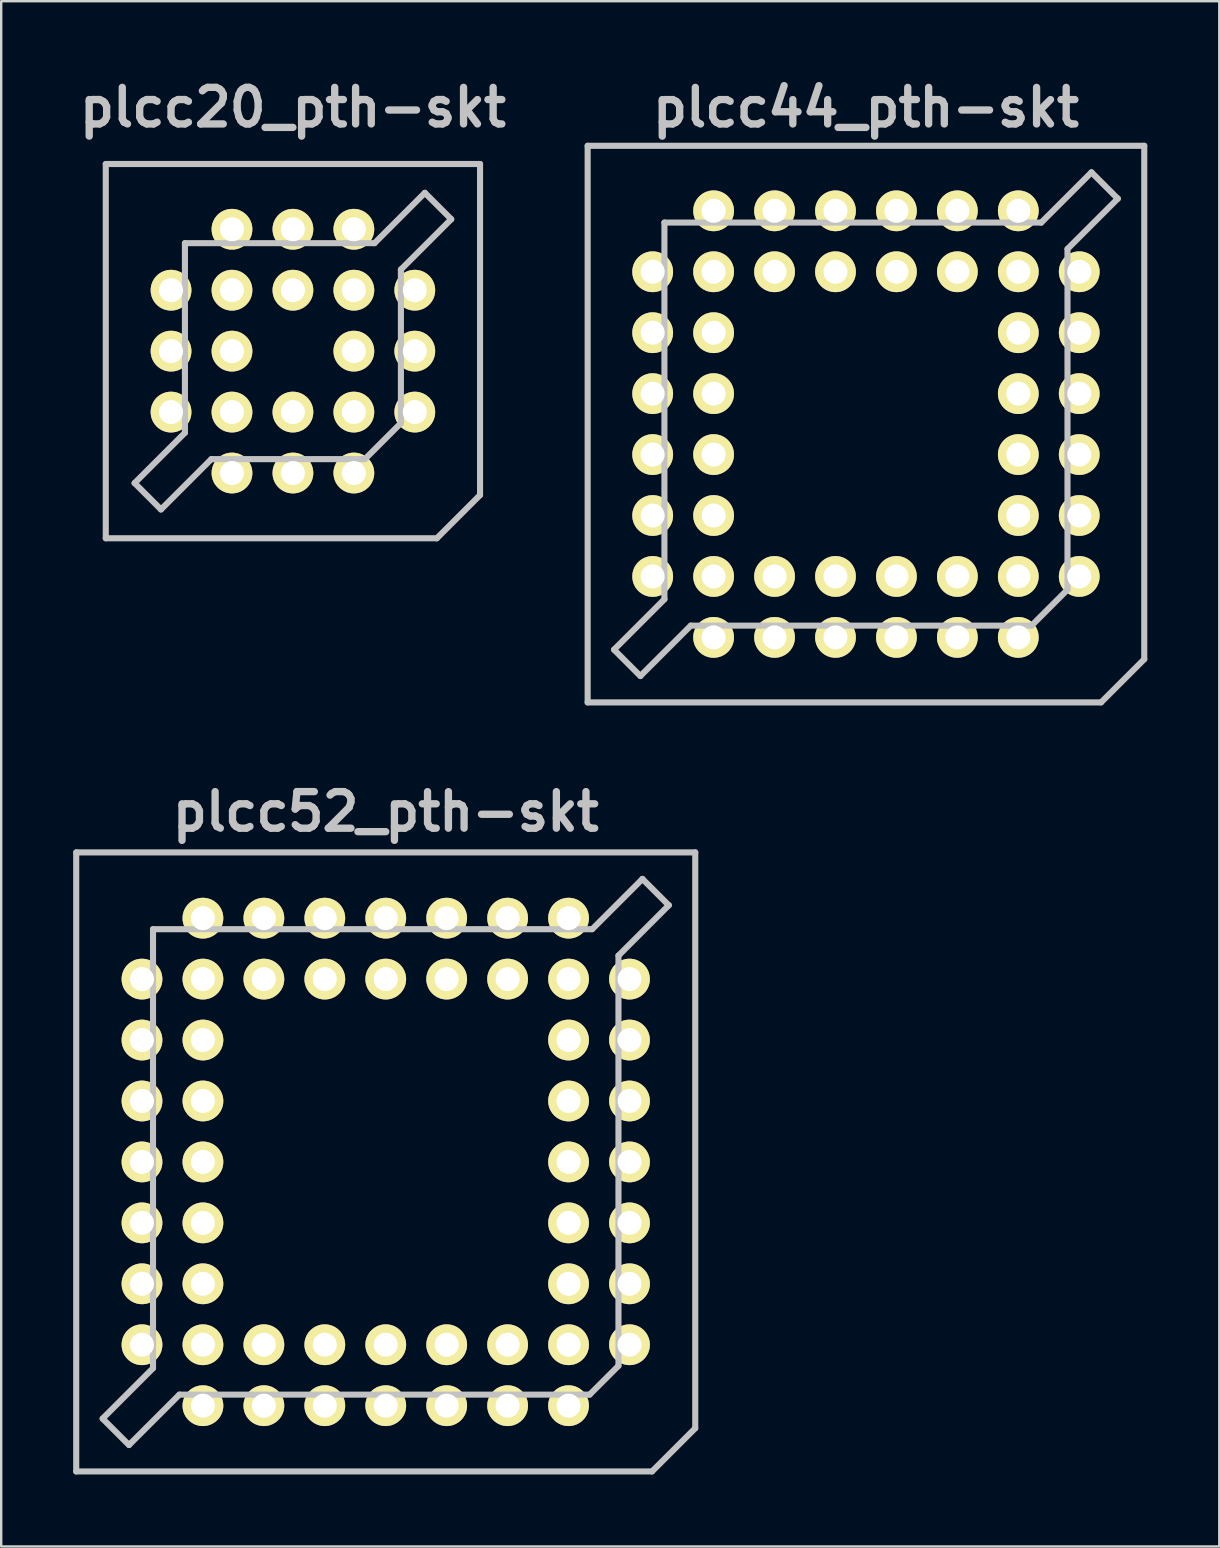
<source format=kicad_pcb>
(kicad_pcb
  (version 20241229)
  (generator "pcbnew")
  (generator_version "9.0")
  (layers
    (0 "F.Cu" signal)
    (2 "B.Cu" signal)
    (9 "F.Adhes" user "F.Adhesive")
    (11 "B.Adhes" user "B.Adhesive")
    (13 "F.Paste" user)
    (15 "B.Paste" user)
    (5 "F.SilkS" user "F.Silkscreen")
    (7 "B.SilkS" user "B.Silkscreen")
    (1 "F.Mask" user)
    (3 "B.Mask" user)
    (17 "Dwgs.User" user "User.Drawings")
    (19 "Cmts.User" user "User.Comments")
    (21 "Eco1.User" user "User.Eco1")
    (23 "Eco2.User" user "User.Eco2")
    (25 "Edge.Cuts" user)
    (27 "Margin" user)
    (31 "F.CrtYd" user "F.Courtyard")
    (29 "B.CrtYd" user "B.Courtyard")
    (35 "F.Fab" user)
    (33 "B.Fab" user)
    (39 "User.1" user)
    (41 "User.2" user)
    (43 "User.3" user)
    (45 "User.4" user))
  (footprint "plcc20_pth-skt"
    (layer "F.Cu")
    (at 9.159 11.586)
    (property "Reference" "plcc20_pth-skt" (at 0 -10.16 0) (layer "Dwgs.User") (effects (font (size 1.524 1.524) (thickness 0.305))))
    (attr through_hole)
    (fp_line (start -7.8 -7.8) (end -7.8 7.8) (stroke (width 0.254) (type solid)) (layer "Dwgs.User"))
    (fp_line (start -7.8 7.8) (end 5.999 7.8) (stroke (width 0.254) (type solid)) (layer "Dwgs.User"))
    (fp_line (start -6.599 5.499) (end -5.499 6.599) (stroke (width 0.254) (type solid)) (layer "Dwgs.User"))
    (fp_line (start -5.499 6.599) (end -3.401 4.501) (stroke (width 0.254) (type solid)) (layer "Dwgs.User"))
    (fp_line (start -4.501 -4.501) (end 3.401 -4.501) (stroke (width 0.254) (type solid)) (layer "Dwgs.User"))
    (fp_line (start -4.501 3.401) (end -6.599 5.499) (stroke (width 0.254) (type solid)) (layer "Dwgs.User"))
    (fp_line (start -4.501 3.401) (end -4.501 -4.501) (stroke (width 0.254) (type solid)) (layer "Dwgs.User"))
    (fp_line (start 3 4.501) (end -3.401 4.501) (stroke (width 0.254) (type solid)) (layer "Dwgs.User"))
    (fp_line (start 3.401 -4.501) (end 5.499 -6.599) (stroke (width 0.254) (type solid)) (layer "Dwgs.User"))
    (fp_line (start 4.501 -3.401) (end 4.501 3) (stroke (width 0.254) (type solid)) (layer "Dwgs.User"))
    (fp_line (start 4.501 3) (end 3 4.501) (stroke (width 0.254) (type solid)) (layer "Dwgs.User"))
    (fp_line (start 5.499 -6.599) (end 6.599 -5.499) (stroke (width 0.254) (type solid)) (layer "Dwgs.User"))
    (fp_line (start 5.999 7.8) (end 7.8 5.999) (stroke (width 0.254) (type solid)) (layer "Dwgs.User"))
    (fp_line (start 6.599 -5.499) (end 4.501 -3.401) (stroke (width 0.254) (type solid)) (layer "Dwgs.User"))
    (fp_line (start 7.8 -7.8) (end -7.8 -7.8) (stroke (width 0.254) (type solid)) (layer "Dwgs.User"))
    (fp_line (start 7.8 5.999) (end 7.8 -7.8) (stroke (width 0.254) (type solid)) (layer "Dwgs.User"))
    (pad "1" thru_hole circle (at 0 5.08) (size 1.699 1.699) (drill 1.001) (layers "*.Cu" "*.Mask" "F.SilkS"))
    (pad "2" thru_hole circle (at 0 2.54) (size 1.699 1.699) (drill 1.001) (layers "*.Cu" "*.Mask" "F.SilkS"))
    (pad "3" thru_hole circle (at 2.54 5.08) (size 1.699 1.699) (drill 1.001) (layers "*.Cu" "*.Mask" "F.SilkS"))
    (pad "4" thru_hole circle (at 5.08 2.54) (size 1.699 1.699) (drill 1.001) (layers "*.Cu" "*.Mask" "F.SilkS"))
    (pad "5" thru_hole circle (at 2.54 2.54) (size 1.699 1.699) (drill 1.001) (layers "*.Cu" "*.Mask" "F.SilkS"))
    (pad "6" thru_hole circle (at 5.08 0) (size 1.699 1.699) (drill 1.001) (layers "*.Cu" "*.Mask" "F.SilkS"))
    (pad "7" thru_hole circle (at 2.54 0) (size 1.699 1.699) (drill 1.001) (layers "*.Cu" "*.Mask" "F.SilkS"))
    (pad "8" thru_hole circle (at 5.08 -2.54) (size 1.699 1.699) (drill 1.001) (layers "*.Cu" "*.Mask" "F.SilkS"))
    (pad "9" thru_hole circle (at 2.54 -5.08) (size 1.699 1.699) (drill 1.001) (layers "*.Cu" "*.Mask" "F.SilkS"))
    (pad "10" thru_hole circle (at 2.54 -2.54) (size 1.699 1.699) (drill 1.001) (layers "*.Cu" "*.Mask" "F.SilkS"))
    (pad "11" thru_hole circle (at 0 -5.08) (size 1.699 1.699) (drill 1.001) (layers "*.Cu" "*.Mask" "F.SilkS"))
    (pad "12" thru_hole circle (at 0 -2.54) (size 1.699 1.699) (drill 1.001) (layers "*.Cu" "*.Mask" "F.SilkS"))
    (pad "13" thru_hole circle (at -2.54 -5.08) (size 1.699 1.699) (drill 1.001) (layers "*.Cu" "*.Mask" "F.SilkS"))
    (pad "14" thru_hole circle (at -5.08 -2.54) (size 1.699 1.699) (drill 1.001) (layers "*.Cu" "*.Mask" "F.SilkS"))
    (pad "15" thru_hole circle (at -2.54 -2.54) (size 1.699 1.699) (drill 1.001) (layers "*.Cu" "*.Mask" "F.SilkS"))
    (pad "16" thru_hole circle (at -5.08 0) (size 1.699 1.699) (drill 1.001) (layers "*.Cu" "*.Mask" "F.SilkS"))
    (pad "17" thru_hole circle (at -2.54 0) (size 1.699 1.699) (drill 1.001) (layers "*.Cu" "*.Mask" "F.SilkS"))
    (pad "18" thru_hole circle (at -5.08 2.54) (size 1.699 1.699) (drill 1.001) (layers "*.Cu" "*.Mask" "F.SilkS"))
    (pad "19" thru_hole circle (at -2.54 5.08) (size 1.699 1.699) (drill 1.001) (layers "*.Cu" "*.Mask" "F.SilkS"))
    (pad "20" thru_hole circle (at -2.54 2.54) (size 1.699 1.699) (drill 1.001) (layers "*.Cu" "*.Mask" "F.SilkS")))
  (footprint "plcc44_pth-skt"
    (layer "F.Cu")
    (at 33.044 14.627)
    (property "Reference" "plcc44_pth-skt" (at 0 -13.2 0) (layer "Dwgs.User") (effects (font (size 1.524 1.524) (thickness 0.305))))
    (attr through_hole)
    (fp_line (start -11.6 -11.6) (end 11.6 -11.6) (stroke (width 0.254) (type solid)) (layer "Dwgs.User"))
    (fp_line (start -11.6 11.6) (end -11.6 -11.6) (stroke (width 0.254) (type solid)) (layer "Dwgs.User"))
    (fp_line (start -10.5 9.403) (end -9.401 10.503) (stroke (width 0.254) (type solid)) (layer "Dwgs.User"))
    (fp_line (start -9.398 10.495) (end -7.3 8.397) (stroke (width 0.254) (type solid)) (layer "Dwgs.User"))
    (fp_line (start -8.4 -8.4) (end 7.3 -8.4) (stroke (width 0.254) (type solid)) (layer "Dwgs.User"))
    (fp_line (start -8.4 7.3) (end -10.498 9.398) (stroke (width 0.254) (type solid)) (layer "Dwgs.User"))
    (fp_line (start -8.4 7.3) (end -8.4 -8.4) (stroke (width 0.254) (type solid)) (layer "Dwgs.User"))
    (fp_line (start 6.901 8.4) (end -7.3 8.4) (stroke (width 0.254) (type solid)) (layer "Dwgs.User"))
    (fp_line (start 7.303 -8.397) (end 9.401 -10.495) (stroke (width 0.254) (type solid)) (layer "Dwgs.User"))
    (fp_line (start 8.4 -7.3) (end 8.4 6.901) (stroke (width 0.254) (type solid)) (layer "Dwgs.User"))
    (fp_line (start 8.4 6.901) (end 6.901 8.4) (stroke (width 0.254) (type solid)) (layer "Dwgs.User"))
    (fp_line (start 9.398 -10.495) (end 10.498 -9.395) (stroke (width 0.254) (type solid)) (layer "Dwgs.User"))
    (fp_line (start 9.799 11.6) (end -11.6 11.6) (stroke (width 0.254) (type solid)) (layer "Dwgs.User"))
    (fp_line (start 10.5 -9.401) (end 8.402 -7.303) (stroke (width 0.254) (type solid)) (layer "Dwgs.User"))
    (fp_line (start 11.6 -11.6) (end 11.6 9.799) (stroke (width 0.254) (type solid)) (layer "Dwgs.User"))
    (fp_line (start 11.6 9.799) (end 9.799 11.6) (stroke (width 0.254) (type solid)) (layer "Dwgs.User"))
    (pad "1" thru_hole circle (at -1.27 6.35) (size 1.699 1.699) (drill 1.001) (layers "*.Cu" "*.Mask" "F.SilkS"))
    (pad "2" thru_hole circle (at 1.27 8.89) (size 1.699 1.699) (drill 1.001) (layers "*.Cu" "*.Mask" "F.SilkS"))
    (pad "3" thru_hole circle (at 1.27 6.35) (size 1.699 1.699) (drill 1.001) (layers "*.Cu" "*.Mask" "F.SilkS"))
    (pad "4" thru_hole circle (at 3.81 8.89) (size 1.699 1.699) (drill 1.001) (layers "*.Cu" "*.Mask" "F.SilkS"))
    (pad "5" thru_hole circle (at 3.81 6.35) (size 1.699 1.699) (drill 1.001) (layers "*.Cu" "*.Mask" "F.SilkS"))
    (pad "6" thru_hole circle (at 6.35 8.89) (size 1.699 1.699) (drill 1.001) (layers "*.Cu" "*.Mask" "F.SilkS"))
    (pad "7" thru_hole circle (at 8.89 6.35) (size 1.699 1.699) (drill 1.001) (layers "*.Cu" "*.Mask" "F.SilkS"))
    (pad "8" thru_hole circle (at 6.35 6.35) (size 1.699 1.699) (drill 1.001) (layers "*.Cu" "*.Mask" "F.SilkS"))
    (pad "9" thru_hole circle (at 8.89 3.81) (size 1.699 1.699) (drill 1.001) (layers "*.Cu" "*.Mask" "F.SilkS"))
    (pad "10" thru_hole circle (at 6.35 3.81) (size 1.699 1.699) (drill 1.001) (layers "*.Cu" "*.Mask" "F.SilkS"))
    (pad "11" thru_hole circle (at 8.89 1.27) (size 1.699 1.699) (drill 1.001) (layers "*.Cu" "*.Mask" "F.SilkS"))
    (pad "12" thru_hole circle (at 6.35 1.27) (size 1.699 1.699) (drill 1.001) (layers "*.Cu" "*.Mask" "F.SilkS"))
    (pad "13" thru_hole circle (at 8.89 -1.27) (size 1.699 1.699) (drill 1.001) (layers "*.Cu" "*.Mask" "F.SilkS"))
    (pad "14" thru_hole circle (at 6.35 -1.27) (size 1.699 1.699) (drill 1.001) (layers "*.Cu" "*.Mask" "F.SilkS"))
    (pad "15" thru_hole circle (at 8.89 -3.81) (size 1.699 1.699) (drill 1.001) (layers "*.Cu" "*.Mask" "F.SilkS"))
    (pad "16" thru_hole circle (at 6.35 -3.81) (size 1.699 1.699) (drill 1.001) (layers "*.Cu" "*.Mask" "F.SilkS"))
    (pad "17" thru_hole circle (at 8.89 -6.35) (size 1.699 1.699) (drill 1.001) (layers "*.Cu" "*.Mask" "F.SilkS"))
    (pad "18" thru_hole circle (at 6.35 -8.89) (size 1.699 1.699) (drill 1.001) (layers "*.Cu" "*.Mask" "F.SilkS"))
    (pad "19" thru_hole circle (at 6.35 -6.35) (size 1.699 1.699) (drill 1.001) (layers "*.Cu" "*.Mask" "F.SilkS"))
    (pad "20" thru_hole circle (at 3.81 -8.89) (size 1.699 1.699) (drill 1.001) (layers "*.Cu" "*.Mask" "F.SilkS"))
    (pad "21" thru_hole circle (at 3.81 -6.35) (size 1.699 1.699) (drill 1.001) (layers "*.Cu" "*.Mask" "F.SilkS"))
    (pad "22" thru_hole circle (at 1.27 -8.89) (size 1.699 1.699) (drill 1.001) (layers "*.Cu" "*.Mask" "F.SilkS"))
    (pad "23" thru_hole circle (at 1.27 -6.35) (size 1.699 1.699) (drill 1.001) (layers "*.Cu" "*.Mask" "F.SilkS"))
    (pad "24" thru_hole circle (at -1.27 -8.89) (size 1.699 1.699) (drill 1.001) (layers "*.Cu" "*.Mask" "F.SilkS"))
    (pad "25" thru_hole circle (at -1.27 -6.35) (size 1.699 1.699) (drill 1.001) (layers "*.Cu" "*.Mask" "F.SilkS"))
    (pad "26" thru_hole circle (at -3.81 -8.89) (size 1.699 1.699) (drill 1.001) (layers "*.Cu" "*.Mask" "F.SilkS"))
    (pad "27" thru_hole circle (at -3.81 -6.35) (size 1.699 1.699) (drill 1.001) (layers "*.Cu" "*.Mask" "F.SilkS"))
    (pad "28" thru_hole circle (at -6.35 -8.89) (size 1.699 1.699) (drill 1.001) (layers "*.Cu" "*.Mask" "F.SilkS"))
    (pad "29" thru_hole circle (at -8.89 -6.35) (size 1.699 1.699) (drill 1.001) (layers "*.Cu" "*.Mask" "F.SilkS"))
    (pad "30" thru_hole circle (at -6.35 -6.35) (size 1.699 1.699) (drill 1.001) (layers "*.Cu" "*.Mask" "F.SilkS"))
    (pad "31" thru_hole circle (at -8.89 -3.81) (size 1.699 1.699) (drill 1.001) (layers "*.Cu" "*.Mask" "F.SilkS"))
    (pad "32" thru_hole circle (at -6.35 -3.81) (size 1.699 1.699) (drill 1.001) (layers "*.Cu" "*.Mask" "F.SilkS"))
    (pad "33" thru_hole circle (at -8.89 -1.27) (size 1.699 1.699) (drill 1.001) (layers "*.Cu" "*.Mask" "F.SilkS"))
    (pad "34" thru_hole circle (at -6.35 -1.27) (size 1.699 1.699) (drill 1.001) (layers "*.Cu" "*.Mask" "F.SilkS"))
    (pad "35" thru_hole circle (at -8.89 1.27) (size 1.699 1.699) (drill 1.001) (layers "*.Cu" "*.Mask" "F.SilkS"))
    (pad "36" thru_hole circle (at -6.35 1.27) (size 1.699 1.699) (drill 1.001) (layers "*.Cu" "*.Mask" "F.SilkS"))
    (pad "37" thru_hole circle (at -8.89 3.81) (size 1.699 1.699) (drill 1.001) (layers "*.Cu" "*.Mask" "F.SilkS"))
    (pad "38" thru_hole circle (at -6.35 3.81) (size 1.699 1.699) (drill 1.001) (layers "*.Cu" "*.Mask" "F.SilkS"))
    (pad "39" thru_hole circle (at -8.89 6.35) (size 1.699 1.699) (drill 1.001) (layers "*.Cu" "*.Mask" "F.SilkS"))
    (pad "40" thru_hole circle (at -6.35 8.89) (size 1.699 1.699) (drill 1.001) (layers "*.Cu" "*.Mask" "F.SilkS"))
    (pad "41" thru_hole circle (at -6.35 6.35) (size 1.699 1.699) (drill 1.001) (layers "*.Cu" "*.Mask" "F.SilkS"))
    (pad "42" thru_hole circle (at -3.81 8.89) (size 1.699 1.699) (drill 1.001) (layers "*.Cu" "*.Mask" "F.SilkS"))
    (pad "43" thru_hole circle (at -3.81 6.35) (size 1.699 1.699) (drill 1.001) (layers "*.Cu" "*.Mask" "F.SilkS"))
    (pad "44" thru_hole circle (at -1.27 8.89) (size 1.699 1.699) (drill 1.001) (layers "*.Cu" "*.Mask" "F.SilkS")))
  (footprint "plcc52_pth-skt"
    (layer "F.Cu")
    (at 13.028 45.38)
    (property "Reference" "plcc52_pth-skt" (at 0 -14.6 0) (layer "Dwgs.User") (effects (font (size 1.524 1.524) (thickness 0.305))))
    (attr through_hole)
    (fp_line (start -12.901 -12.901) (end -12.901 12.901) (stroke (width 0.254) (type solid)) (layer "Dwgs.User"))
    (fp_line (start -12.901 12.901) (end 11.1 12.901) (stroke (width 0.254) (type solid)) (layer "Dwgs.User"))
    (fp_line (start -11.801 10.701) (end -10.701 11.801) (stroke (width 0.254) (type solid)) (layer "Dwgs.User"))
    (fp_line (start -10.698 11.796) (end -8.6 9.698) (stroke (width 0.254) (type solid)) (layer "Dwgs.User"))
    (fp_line (start -9.7 -9.7) (end -9.7 8.6) (stroke (width 0.254) (type solid)) (layer "Dwgs.User"))
    (fp_line (start -9.7 -9.7) (end 8.6 -9.7) (stroke (width 0.254) (type solid)) (layer "Dwgs.User"))
    (fp_line (start -9.7 8.598) (end -11.798 10.696) (stroke (width 0.254) (type solid)) (layer "Dwgs.User"))
    (fp_line (start -8.6 9.7) (end 8.499 9.7) (stroke (width 0.254) (type solid)) (layer "Dwgs.User"))
    (fp_line (start 8.499 9.7) (end 9.7 8.499) (stroke (width 0.254) (type solid)) (layer "Dwgs.User"))
    (fp_line (start 8.603 -9.698) (end 10.701 -11.796) (stroke (width 0.254) (type solid)) (layer "Dwgs.User"))
    (fp_line (start 9.7 -8.6) (end 9.7 8.499) (stroke (width 0.254) (type solid)) (layer "Dwgs.User"))
    (fp_line (start 10.698 -11.796) (end 11.798 -10.696) (stroke (width 0.254) (type solid)) (layer "Dwgs.User"))
    (fp_line (start 11.1 12.901) (end 12.901 11.1) (stroke (width 0.254) (type solid)) (layer "Dwgs.User"))
    (fp_line (start 11.801 -10.701) (end 9.703 -8.603) (stroke (width 0.254) (type solid)) (layer "Dwgs.User"))
    (fp_line (start 12.901 -12.901) (end -12.901 -12.901) (stroke (width 0.254) (type solid)) (layer "Dwgs.User"))
    (fp_line (start 12.901 11.1) (end 12.901 -12.901) (stroke (width 0.254) (type solid)) (layer "Dwgs.User"))
    (pad "1" thru_hole circle (at 0 10.16) (size 1.699 1.699) (drill 1.001) (layers "*.Cu" "*.Mask" "F.SilkS"))
    (pad "2" thru_hole circle (at 0 7.62) (size 1.699 1.699) (drill 1.001) (layers "*.Cu" "*.Mask" "F.SilkS"))
    (pad "3" thru_hole circle (at 2.54 10.16) (size 1.699 1.699) (drill 1.001) (layers "*.Cu" "*.Mask" "F.SilkS"))
    (pad "4" thru_hole circle (at 2.54 7.62) (size 1.699 1.699) (drill 1.001) (layers "*.Cu" "*.Mask" "F.SilkS"))
    (pad "5" thru_hole circle (at 5.08 10.16) (size 1.699 1.699) (drill 1.001) (layers "*.Cu" "*.Mask" "F.SilkS"))
    (pad "6" thru_hole circle (at 5.08 7.62) (size 1.699 1.699) (drill 1.001) (layers "*.Cu" "*.Mask" "F.SilkS"))
    (pad "7" thru_hole circle (at 7.62 10.16) (size 1.699 1.699) (drill 1.001) (layers "*.Cu" "*.Mask" "F.SilkS"))
    (pad "8" thru_hole circle (at 10.16 7.62) (size 1.699 1.699) (drill 1.001) (layers "*.Cu" "*.Mask" "F.SilkS"))
    (pad "9" thru_hole circle (at 7.62 7.62) (size 1.699 1.699) (drill 1.001) (layers "*.Cu" "*.Mask" "F.SilkS"))
    (pad "10" thru_hole circle (at 10.16 5.08) (size 1.699 1.699) (drill 1.001) (layers "*.Cu" "*.Mask" "F.SilkS"))
    (pad "11" thru_hole circle (at 7.62 5.08) (size 1.699 1.699) (drill 1.001) (layers "*.Cu" "*.Mask" "F.SilkS"))
    (pad "12" thru_hole circle (at 10.16 2.54) (size 1.699 1.699) (drill 1.001) (layers "*.Cu" "*.Mask" "F.SilkS"))
    (pad "13" thru_hole circle (at 7.62 2.54) (size 1.699 1.699) (drill 1.001) (layers "*.Cu" "*.Mask" "F.SilkS"))
    (pad "14" thru_hole circle (at 10.16 0) (size 1.699 1.699) (drill 1.001) (layers "*.Cu" "*.Mask" "F.SilkS"))
    (pad "15" thru_hole circle (at 7.62 0) (size 1.699 1.699) (drill 1.001) (layers "*.Cu" "*.Mask" "F.SilkS"))
    (pad "16" thru_hole circle (at 10.16 -2.54) (size 1.699 1.699) (drill 1.001) (layers "*.Cu" "*.Mask" "F.SilkS"))
    (pad "17" thru_hole circle (at 7.62 -2.54) (size 1.699 1.699) (drill 1.001) (layers "*.Cu" "*.Mask" "F.SilkS"))
    (pad "18" thru_hole circle (at 10.16 -5.08) (size 1.699 1.699) (drill 1.001) (layers "*.Cu" "*.Mask" "F.SilkS"))
    (pad "19" thru_hole circle (at 7.62 -5.08) (size 1.699 1.699) (drill 1.001) (layers "*.Cu" "*.Mask" "F.SilkS"))
    (pad "20" thru_hole circle (at 10.16 -7.62) (size 1.699 1.699) (drill 1.001) (layers "*.Cu" "*.Mask" "F.SilkS"))
    (pad "21" thru_hole circle (at 7.62 -10.16) (size 1.699 1.699) (drill 1.001) (layers "*.Cu" "*.Mask" "F.SilkS"))
    (pad "22" thru_hole circle (at 7.62 -7.62) (size 1.699 1.699) (drill 1.001) (layers "*.Cu" "*.Mask" "F.SilkS"))
    (pad "23" thru_hole circle (at 5.08 -10.16) (size 1.699 1.699) (drill 1.001) (layers "*.Cu" "*.Mask" "F.SilkS"))
    (pad "24" thru_hole circle (at 5.08 -7.62) (size 1.699 1.699) (drill 1.001) (layers "*.Cu" "*.Mask" "F.SilkS"))
    (pad "25" thru_hole circle (at 2.54 -10.16) (size 1.699 1.699) (drill 1.001) (layers "*.Cu" "*.Mask" "F.SilkS"))
    (pad "26" thru_hole circle (at 2.54 -7.62) (size 1.699 1.699) (drill 1.001) (layers "*.Cu" "*.Mask" "F.SilkS"))
    (pad "27" thru_hole circle (at 0 -10.16) (size 1.699 1.699) (drill 1.001) (layers "*.Cu" "*.Mask" "F.SilkS"))
    (pad "28" thru_hole circle (at 0 -7.62) (size 1.699 1.699) (drill 1.001) (layers "*.Cu" "*.Mask" "F.SilkS"))
    (pad "29" thru_hole circle (at -2.54 -10.16) (size 1.699 1.699) (drill 1.001) (layers "*.Cu" "*.Mask" "F.SilkS"))
    (pad "30" thru_hole circle (at -2.54 -7.62) (size 1.699 1.699) (drill 1.001) (layers "*.Cu" "*.Mask" "F.SilkS"))
    (pad "31" thru_hole circle (at -5.08 -10.16) (size 1.699 1.699) (drill 1.001) (layers "*.Cu" "*.Mask" "F.SilkS"))
    (pad "32" thru_hole circle (at -5.08 -7.62) (size 1.699 1.699) (drill 1.001) (layers "*.Cu" "*.Mask" "F.SilkS"))
    (pad "33" thru_hole circle (at -7.62 -10.16) (size 1.699 1.699) (drill 1.001) (layers "*.Cu" "*.Mask" "F.SilkS"))
    (pad "34" thru_hole circle (at -10.16 -7.62) (size 1.699 1.699) (drill 1.001) (layers "*.Cu" "*.Mask" "F.SilkS"))
    (pad "35" thru_hole circle (at -7.62 -7.62) (size 1.699 1.699) (drill 1.001) (layers "*.Cu" "*.Mask" "F.SilkS"))
    (pad "36" thru_hole circle (at -10.16 -5.08) (size 1.699 1.699) (drill 1.001) (layers "*.Cu" "*.Mask" "F.SilkS"))
    (pad "37" thru_hole circle (at -7.62 -5.08) (size 1.699 1.699) (drill 1.001) (layers "*.Cu" "*.Mask" "F.SilkS"))
    (pad "38" thru_hole circle (at -10.16 -2.54) (size 1.699 1.699) (drill 1.001) (layers "*.Cu" "*.Mask" "F.SilkS"))
    (pad "39" thru_hole circle (at -7.62 -2.54) (size 1.699 1.699) (drill 1.001) (layers "*.Cu" "*.Mask" "F.SilkS"))
    (pad "40" thru_hole circle (at -10.16 0) (size 1.699 1.699) (drill 1.001) (layers "*.Cu" "*.Mask" "F.SilkS"))
    (pad "41" thru_hole circle (at -7.62 0) (size 1.699 1.699) (drill 1.001) (layers "*.Cu" "*.Mask" "F.SilkS"))
    (pad "42" thru_hole circle (at -10.16 2.54) (size 1.699 1.699) (drill 1.001) (layers "*.Cu" "*.Mask" "F.SilkS"))
    (pad "43" thru_hole circle (at -7.62 2.54) (size 1.699 1.699) (drill 1.001) (layers "*.Cu" "*.Mask" "F.SilkS"))
    (pad "44" thru_hole circle (at -10.16 5.08) (size 1.699 1.699) (drill 1.001) (layers "*.Cu" "*.Mask" "F.SilkS"))
    (pad "45" thru_hole circle (at -7.62 5.08) (size 1.699 1.699) (drill 1.001) (layers "*.Cu" "*.Mask" "F.SilkS"))
    (pad "46" thru_hole circle (at -10.16 7.62) (size 1.699 1.699) (drill 1.001) (layers "*.Cu" "*.Mask" "F.SilkS"))
    (pad "47" thru_hole circle (at -7.62 10.16) (size 1.699 1.699) (drill 1.001) (layers "*.Cu" "*.Mask" "F.SilkS"))
    (pad "48" thru_hole circle (at -7.62 7.62) (size 1.699 1.699) (drill 1.001) (layers "*.Cu" "*.Mask" "F.SilkS"))
    (pad "49" thru_hole circle (at -5.08 10.16) (size 1.699 1.699) (drill 1.001) (layers "*.Cu" "*.Mask" "F.SilkS"))
    (pad "50" thru_hole circle (at -5.08 7.62) (size 1.699 1.699) (drill 1.001) (layers "*.Cu" "*.Mask" "F.SilkS"))
    (pad "51" thru_hole circle (at -2.54 10.16) (size 1.699 1.699) (drill 1.001) (layers "*.Cu" "*.Mask" "F.SilkS"))
    (pad "52" thru_hole circle (at -2.54 7.62) (size 1.699 1.699) (drill 1.001) (layers "*.Cu" "*.Mask" "F.SilkS")))
  (gr_rect
    (start -3 -3)
    (end 47.771 61.408)
    (stroke (width 0.1) (type default))
    (fill no)
    (layer "Edge.Cuts")))
</source>
